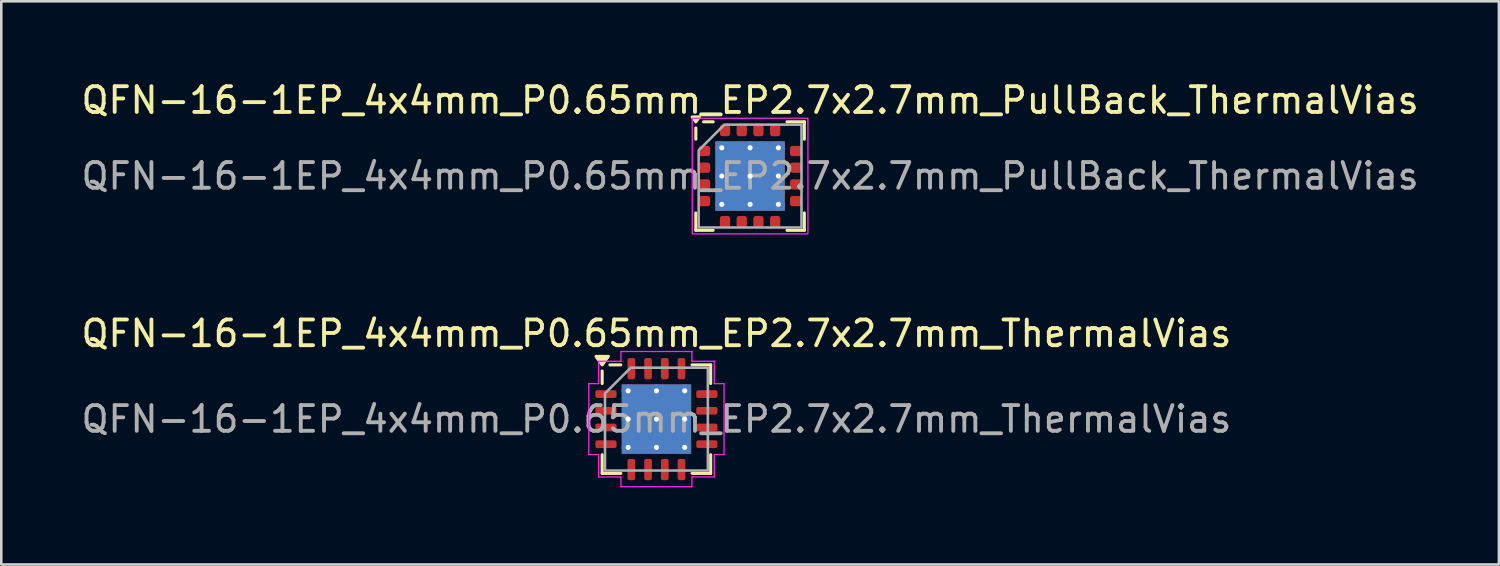
<source format=kicad_pcb>
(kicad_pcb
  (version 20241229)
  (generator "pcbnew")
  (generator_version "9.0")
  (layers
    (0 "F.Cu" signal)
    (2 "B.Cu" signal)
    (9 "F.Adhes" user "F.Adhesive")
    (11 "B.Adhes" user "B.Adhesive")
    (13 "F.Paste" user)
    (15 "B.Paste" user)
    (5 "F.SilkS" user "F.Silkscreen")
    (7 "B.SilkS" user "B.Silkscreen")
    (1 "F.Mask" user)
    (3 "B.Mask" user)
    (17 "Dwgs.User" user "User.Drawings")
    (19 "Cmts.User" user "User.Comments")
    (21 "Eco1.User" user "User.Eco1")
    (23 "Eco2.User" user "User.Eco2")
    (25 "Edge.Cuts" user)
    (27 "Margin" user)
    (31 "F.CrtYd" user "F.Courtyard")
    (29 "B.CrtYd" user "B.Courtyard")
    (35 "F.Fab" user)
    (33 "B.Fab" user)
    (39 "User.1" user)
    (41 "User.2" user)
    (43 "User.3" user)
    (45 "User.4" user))
  (footprint "QFN-16-1EP_4x4mm_P0.65mm_EP2.7x2.7mm_PullBack_ThermalVias"
    (layer "F.Cu")
    (at 26.125 3.798)
    (property "Reference" "QFN-16-1EP_4x4mm_P0.65mm_EP2.7x2.7mm_PullBack_ThermalVias" (at 0 -2.95 0) (layer "F.SilkS") (effects (font (size 1 1) (thickness 0.15))))
    (attr smd)
    (fp_line (start -2.11 -1.435) (end -2.11 -1.87) (stroke (width 0.12) (type solid)) (layer "F.SilkS"))
    (fp_line (start -2.11 2.11) (end -2.11 1.435) (stroke (width 0.12) (type solid)) (layer "F.SilkS"))
    (fp_line (start -1.435 -2.11) (end -1.81 -2.11) (stroke (width 0.12) (type solid)) (layer "F.SilkS"))
    (fp_line (start -1.435 2.11) (end -2.11 2.11) (stroke (width 0.12) (type solid)) (layer "F.SilkS"))
    (fp_line (start 1.435 -2.11) (end 2.11 -2.11) (stroke (width 0.12) (type solid)) (layer "F.SilkS"))
    (fp_line (start 1.435 2.11) (end 2.11 2.11) (stroke (width 0.12) (type solid)) (layer "F.SilkS"))
    (fp_line (start 2.11 -2.11) (end 2.11 -1.435) (stroke (width 0.12) (type solid)) (layer "F.SilkS"))
    (fp_line (start 2.11 2.11) (end 2.11 1.435) (stroke (width 0.12) (type solid)) (layer "F.SilkS"))
    (fp_poly (pts (xy -2.11 -2.11) (xy -2.25 -2.3) (xy -1.97 -2.3)) (stroke (width 0.12) (type solid)) (fill yes) (layer "F.SilkS"))
    (fp_rect (start 2.25 2.25) (end -2.25 -2.25) (stroke (width 0.05) (type solid)) (fill no) (layer "F.CrtYd"))
    (fp_poly (pts (xy -2 -1) (xy -2 2) (xy 2 2) (xy 2 -2) (xy -1 -2)) (stroke (width 0.1) (type solid)) (fill no) (layer "F.Fab"))
    (fp_text user "${REFERENCE}" (at 0 0 0) (layer "F.Fab") (effects (font (size 1 1) (thickness 0.15))))
    (pad "" smd roundrect (at -0.675 -0.675) (size 1.17 1.17) (layers "F.Paste") (roundrect_rratio 0.214))
    (pad "" smd roundrect (at -0.675 0.675) (size 1.17 1.17) (layers "F.Paste") (roundrect_rratio 0.214))
    (pad "" smd roundrect (at 0.675 -0.675) (size 1.17 1.17) (layers "F.Paste") (roundrect_rratio 0.214))
    (pad "" smd roundrect (at 0.675 0.675) (size 1.17 1.17) (layers "F.Paste") (roundrect_rratio 0.214))
    (pad "1" smd roundrect (at -1.775 -0.975) (size 0.45 0.4) (layers "F.Cu" "F.Mask" "F.Paste") (roundrect_rratio 0.25))
    (pad "2" smd roundrect (at -1.775 -0.325) (size 0.45 0.4) (layers "F.Cu" "F.Mask" "F.Paste") (roundrect_rratio 0.25))
    (pad "3" smd roundrect (at -1.775 0.325) (size 0.45 0.4) (layers "F.Cu" "F.Mask" "F.Paste") (roundrect_rratio 0.25))
    (pad "4" smd roundrect (at -1.775 0.975) (size 0.45 0.4) (layers "F.Cu" "F.Mask" "F.Paste") (roundrect_rratio 0.25))
    (pad "5" smd roundrect (at -0.975 1.775) (size 0.4 0.45) (layers "F.Cu" "F.Mask" "F.Paste") (roundrect_rratio 0.25))
    (pad "6" smd roundrect (at -0.325 1.775) (size 0.4 0.45) (layers "F.Cu" "F.Mask" "F.Paste") (roundrect_rratio 0.25))
    (pad "7" smd roundrect (at 0.325 1.775) (size 0.4 0.45) (layers "F.Cu" "F.Mask" "F.Paste") (roundrect_rratio 0.25))
    (pad "8" smd roundrect (at 0.975 1.775) (size 0.4 0.45) (layers "F.Cu" "F.Mask" "F.Paste") (roundrect_rratio 0.25))
    (pad "9" smd roundrect (at 1.775 0.975) (size 0.45 0.4) (layers "F.Cu" "F.Mask" "F.Paste") (roundrect_rratio 0.25))
    (pad "10" smd roundrect (at 1.775 0.325) (size 0.45 0.4) (layers "F.Cu" "F.Mask" "F.Paste") (roundrect_rratio 0.25))
    (pad "11" smd roundrect (at 1.775 -0.325) (size 0.45 0.4) (layers "F.Cu" "F.Mask" "F.Paste") (roundrect_rratio 0.25))
    (pad "12" smd roundrect (at 1.775 -0.975) (size 0.45 0.4) (layers "F.Cu" "F.Mask" "F.Paste") (roundrect_rratio 0.25))
    (pad "13" smd roundrect (at 0.975 -1.775) (size 0.4 0.45) (layers "F.Cu" "F.Mask" "F.Paste") (roundrect_rratio 0.25))
    (pad "14" smd roundrect (at 0.325 -1.775) (size 0.4 0.45) (layers "F.Cu" "F.Mask" "F.Paste") (roundrect_rratio 0.25))
    (pad "15" smd roundrect (at -0.325 -1.775) (size 0.4 0.45) (layers "F.Cu" "F.Mask" "F.Paste") (roundrect_rratio 0.25))
    (pad "16" smd roundrect (at -0.975 -1.775) (size 0.4 0.45) (layers "F.Cu" "F.Mask" "F.Paste") (roundrect_rratio 0.25))
    (pad "17" thru_hole circle (at -1.1 -1.1) (size 0.5 0.5) (drill 0.2) (property pad_prop_heatsink) (layers "*.Cu"))
    (pad "17" thru_hole circle (at -1.1 0) (size 0.5 0.5) (drill 0.2) (property pad_prop_heatsink) (layers "*.Cu"))
    (pad "17" thru_hole circle (at -1.1 1.1) (size 0.5 0.5) (drill 0.2) (property pad_prop_heatsink) (layers "*.Cu"))
    (pad "17" thru_hole circle (at 0 -1.1) (size 0.5 0.5) (drill 0.2) (property pad_prop_heatsink) (layers "*.Cu"))
    (pad "17" thru_hole circle (at 0 0) (size 0.5 0.5) (drill 0.2) (property pad_prop_heatsink) (layers "*.Cu"))
    (pad "17" smd rect (at 0 0) (size 2.7 2.7) (property pad_prop_heatsink) (layers "F.Cu" "F.Mask"))
    (pad "17" smd rect (at 0 0) (size 2.7 2.7) (property pad_prop_heatsink) (layers "B.Cu"))
    (pad "17" thru_hole circle (at 0 1.1) (size 0.5 0.5) (drill 0.2) (property pad_prop_heatsink) (layers "*.Cu"))
    (pad "17" thru_hole circle (at 1.1 -1.1) (size 0.5 0.5) (drill 0.2) (property pad_prop_heatsink) (layers "*.Cu"))
    (pad "17" thru_hole circle (at 1.1 0) (size 0.5 0.5) (drill 0.2) (property pad_prop_heatsink) (layers "*.Cu"))
    (pad "17" thru_hole circle (at 1.1 1.1) (size 0.5 0.5) (drill 0.2) (property pad_prop_heatsink) (layers "*.Cu")))
  (footprint "QFN-16-1EP_4x4mm_P0.65mm_EP2.7x2.7mm_ThermalVias"
    (layer "F.Cu")
    (at 22.482 13.252)
    (property "Reference" "QFN-16-1EP_4x4mm_P0.65mm_EP2.7x2.7mm_ThermalVias" (at 0 -3.33 0) (layer "F.SilkS") (effects (font (size 1 1) (thickness 0.15))))
    (attr smd)
    (fp_line (start -2.11 -1.385) (end -2.11 -1.87) (stroke (width 0.12) (type solid)) (layer "F.SilkS"))
    (fp_line (start -2.11 2.11) (end -2.11 1.385) (stroke (width 0.12) (type solid)) (layer "F.SilkS"))
    (fp_line (start -1.385 -2.11) (end -1.81 -2.11) (stroke (width 0.12) (type solid)) (layer "F.SilkS"))
    (fp_line (start -1.385 2.11) (end -2.11 2.11) (stroke (width 0.12) (type solid)) (layer "F.SilkS"))
    (fp_line (start 1.385 -2.11) (end 2.11 -2.11) (stroke (width 0.12) (type solid)) (layer "F.SilkS"))
    (fp_line (start 1.385 2.11) (end 2.11 2.11) (stroke (width 0.12) (type solid)) (layer "F.SilkS"))
    (fp_line (start 2.11 -2.11) (end 2.11 -1.385) (stroke (width 0.12) (type solid)) (layer "F.SilkS"))
    (fp_line (start 2.11 2.11) (end 2.11 1.385) (stroke (width 0.12) (type solid)) (layer "F.SilkS"))
    (fp_poly (pts (xy -2.11 -2.11) (xy -2.35 -2.44) (xy -1.87 -2.44)) (stroke (width 0.12) (type solid)) (fill yes) (layer "F.SilkS"))
    (fp_line (start -2.63 -1.38) (end -2.25 -1.38) (stroke (width 0.05) (type solid)) (layer "F.CrtYd"))
    (fp_line (start -2.63 1.38) (end -2.63 -1.38) (stroke (width 0.05) (type solid)) (layer "F.CrtYd"))
    (fp_line (start -2.25 -2.25) (end -1.38 -2.25) (stroke (width 0.05) (type solid)) (layer "F.CrtYd"))
    (fp_line (start -2.25 -1.38) (end -2.25 -2.25) (stroke (width 0.05) (type solid)) (layer "F.CrtYd"))
    (fp_line (start -2.25 1.38) (end -2.63 1.38) (stroke (width 0.05) (type solid)) (layer "F.CrtYd"))
    (fp_line (start -2.25 2.25) (end -2.25 1.38) (stroke (width 0.05) (type solid)) (layer "F.CrtYd"))
    (fp_line (start -1.38 -2.63) (end 1.38 -2.63) (stroke (width 0.05) (type solid)) (layer "F.CrtYd"))
    (fp_line (start -1.38 -2.25) (end -1.38 -2.63) (stroke (width 0.05) (type solid)) (layer "F.CrtYd"))
    (fp_line (start -1.38 2.25) (end -2.25 2.25) (stroke (width 0.05) (type solid)) (layer "F.CrtYd"))
    (fp_line (start -1.38 2.63) (end -1.38 2.25) (stroke (width 0.05) (type solid)) (layer "F.CrtYd"))
    (fp_line (start 1.38 -2.63) (end 1.38 -2.25) (stroke (width 0.05) (type solid)) (layer "F.CrtYd"))
    (fp_line (start 1.38 -2.25) (end 2.25 -2.25) (stroke (width 0.05) (type solid)) (layer "F.CrtYd"))
    (fp_line (start 1.38 2.25) (end 1.38 2.63) (stroke (width 0.05) (type solid)) (layer "F.CrtYd"))
    (fp_line (start 1.38 2.63) (end -1.38 2.63) (stroke (width 0.05) (type solid)) (layer "F.CrtYd"))
    (fp_line (start 2.25 -2.25) (end 2.25 -1.38) (stroke (width 0.05) (type solid)) (layer "F.CrtYd"))
    (fp_line (start 2.25 -1.38) (end 2.63 -1.38) (stroke (width 0.05) (type solid)) (layer "F.CrtYd"))
    (fp_line (start 2.25 1.38) (end 2.25 2.25) (stroke (width 0.05) (type solid)) (layer "F.CrtYd"))
    (fp_line (start 2.25 2.25) (end 1.38 2.25) (stroke (width 0.05) (type solid)) (layer "F.CrtYd"))
    (fp_line (start 2.63 -1.38) (end 2.63 1.38) (stroke (width 0.05) (type solid)) (layer "F.CrtYd"))
    (fp_line (start 2.63 1.38) (end 2.25 1.38) (stroke (width 0.05) (type solid)) (layer "F.CrtYd"))
    (fp_poly (pts (xy -2 -1) (xy -2 2) (xy 2 2) (xy 2 -2) (xy -1 -2)) (stroke (width 0.1) (type solid)) (fill no) (layer "F.Fab"))
    (fp_text user "${REFERENCE}" (at 0 0 0) (layer "F.Fab") (effects (font (size 1 1) (thickness 0.15))))
    (pad "" smd roundrect (at -0.675 -0.675) (size 1.17 1.17) (layers "F.Paste") (roundrect_rratio 0.214))
    (pad "" smd roundrect (at -0.675 0.675) (size 1.17 1.17) (layers "F.Paste") (roundrect_rratio 0.214))
    (pad "" smd roundrect (at 0.675 -0.675) (size 1.17 1.17) (layers "F.Paste") (roundrect_rratio 0.214))
    (pad "" smd roundrect (at 0.675 0.675) (size 1.17 1.17) (layers "F.Paste") (roundrect_rratio 0.214))
    (pad "1" smd roundrect (at -1.962 -0.975) (size 0.825 0.3) (layers "F.Cu" "F.Mask" "F.Paste") (roundrect_rratio 0.25))
    (pad "2" smd roundrect (at -1.962 -0.325) (size 0.825 0.3) (layers "F.Cu" "F.Mask" "F.Paste") (roundrect_rratio 0.25))
    (pad "3" smd roundrect (at -1.962 0.325) (size 0.825 0.3) (layers "F.Cu" "F.Mask" "F.Paste") (roundrect_rratio 0.25))
    (pad "4" smd roundrect (at -1.962 0.975) (size 0.825 0.3) (layers "F.Cu" "F.Mask" "F.Paste") (roundrect_rratio 0.25))
    (pad "5" smd roundrect (at -0.975 1.962) (size 0.3 0.825) (layers "F.Cu" "F.Mask" "F.Paste") (roundrect_rratio 0.25))
    (pad "6" smd roundrect (at -0.325 1.962) (size 0.3 0.825) (layers "F.Cu" "F.Mask" "F.Paste") (roundrect_rratio 0.25))
    (pad "7" smd roundrect (at 0.325 1.962) (size 0.3 0.825) (layers "F.Cu" "F.Mask" "F.Paste") (roundrect_rratio 0.25))
    (pad "8" smd roundrect (at 0.975 1.962) (size 0.3 0.825) (layers "F.Cu" "F.Mask" "F.Paste") (roundrect_rratio 0.25))
    (pad "9" smd roundrect (at 1.962 0.975) (size 0.825 0.3) (layers "F.Cu" "F.Mask" "F.Paste") (roundrect_rratio 0.25))
    (pad "10" smd roundrect (at 1.962 0.325) (size 0.825 0.3) (layers "F.Cu" "F.Mask" "F.Paste") (roundrect_rratio 0.25))
    (pad "11" smd roundrect (at 1.962 -0.325) (size 0.825 0.3) (layers "F.Cu" "F.Mask" "F.Paste") (roundrect_rratio 0.25))
    (pad "12" smd roundrect (at 1.962 -0.975) (size 0.825 0.3) (layers "F.Cu" "F.Mask" "F.Paste") (roundrect_rratio 0.25))
    (pad "13" smd roundrect (at 0.975 -1.962) (size 0.3 0.825) (layers "F.Cu" "F.Mask" "F.Paste") (roundrect_rratio 0.25))
    (pad "14" smd roundrect (at 0.325 -1.962) (size 0.3 0.825) (layers "F.Cu" "F.Mask" "F.Paste") (roundrect_rratio 0.25))
    (pad "15" smd roundrect (at -0.325 -1.962) (size 0.3 0.825) (layers "F.Cu" "F.Mask" "F.Paste") (roundrect_rratio 0.25))
    (pad "16" smd roundrect (at -0.975 -1.962) (size 0.3 0.825) (layers "F.Cu" "F.Mask" "F.Paste") (roundrect_rratio 0.25))
    (pad "17" thru_hole circle (at -1.1 -1.1) (size 0.5 0.5) (drill 0.2) (property pad_prop_heatsink) (layers "*.Cu"))
    (pad "17" thru_hole circle (at -1.1 0) (size 0.5 0.5) (drill 0.2) (property pad_prop_heatsink) (layers "*.Cu"))
    (pad "17" thru_hole circle (at -1.1 1.1) (size 0.5 0.5) (drill 0.2) (property pad_prop_heatsink) (layers "*.Cu"))
    (pad "17" thru_hole circle (at 0 -1.1) (size 0.5 0.5) (drill 0.2) (property pad_prop_heatsink) (layers "*.Cu"))
    (pad "17" thru_hole circle (at 0 0) (size 0.5 0.5) (drill 0.2) (property pad_prop_heatsink) (layers "*.Cu"))
    (pad "17" smd rect (at 0 0) (size 2.7 2.7) (property pad_prop_heatsink) (layers "F.Cu" "F.Mask"))
    (pad "17" smd rect (at 0 0) (size 2.7 2.7) (property pad_prop_heatsink) (layers "B.Cu"))
    (pad "17" thru_hole circle (at 0 1.1) (size 0.5 0.5) (drill 0.2) (property pad_prop_heatsink) (layers "*.Cu"))
    (pad "17" thru_hole circle (at 1.1 -1.1) (size 0.5 0.5) (drill 0.2) (property pad_prop_heatsink) (layers "*.Cu"))
    (pad "17" thru_hole circle (at 1.1 0) (size 0.5 0.5) (drill 0.2) (property pad_prop_heatsink) (layers "*.Cu"))
    (pad "17" thru_hole circle (at 1.1 1.1) (size 0.5 0.5) (drill 0.2) (property pad_prop_heatsink) (layers "*.Cu")))
  (gr_rect
    (start -3 -3)
    (end 55.25 18.907)
    (stroke (width 0.1) (type default))
    (fill no)
    (layer "Edge.Cuts")))
</source>
